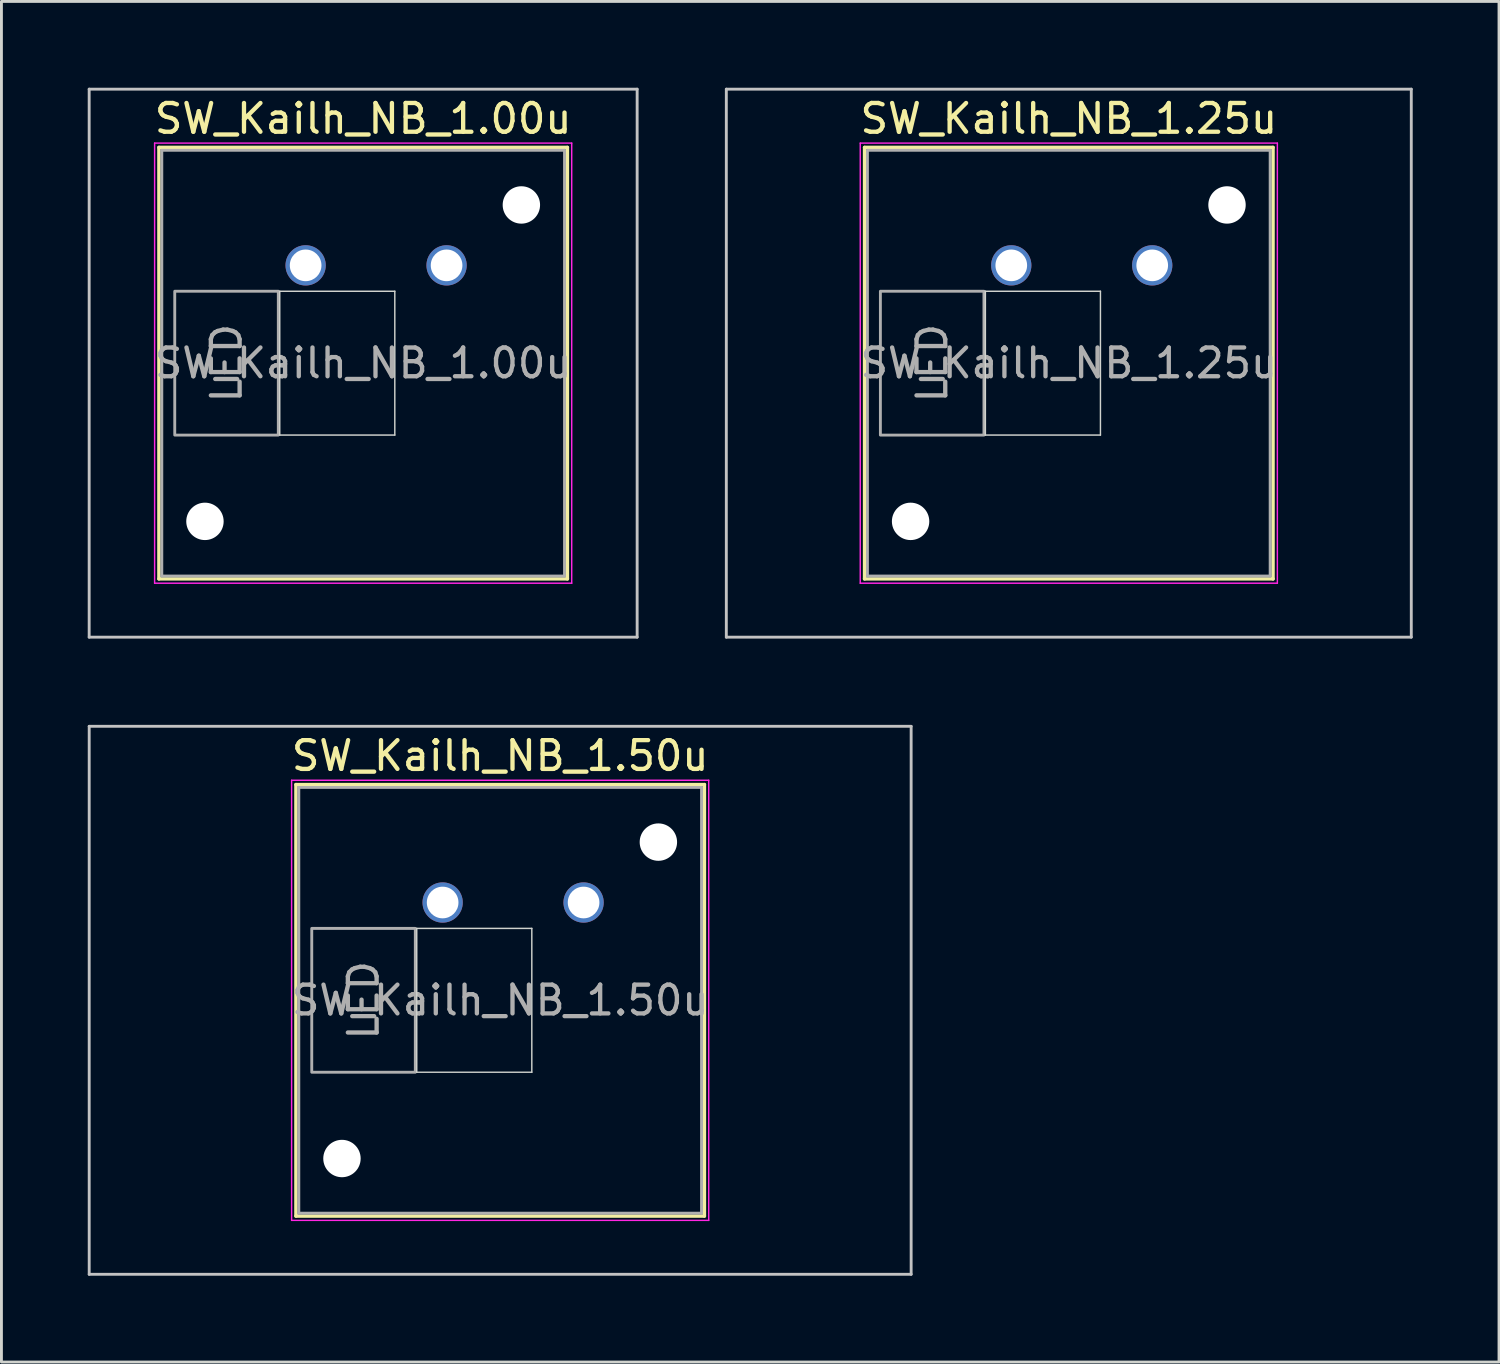
<source format=kicad_pcb>
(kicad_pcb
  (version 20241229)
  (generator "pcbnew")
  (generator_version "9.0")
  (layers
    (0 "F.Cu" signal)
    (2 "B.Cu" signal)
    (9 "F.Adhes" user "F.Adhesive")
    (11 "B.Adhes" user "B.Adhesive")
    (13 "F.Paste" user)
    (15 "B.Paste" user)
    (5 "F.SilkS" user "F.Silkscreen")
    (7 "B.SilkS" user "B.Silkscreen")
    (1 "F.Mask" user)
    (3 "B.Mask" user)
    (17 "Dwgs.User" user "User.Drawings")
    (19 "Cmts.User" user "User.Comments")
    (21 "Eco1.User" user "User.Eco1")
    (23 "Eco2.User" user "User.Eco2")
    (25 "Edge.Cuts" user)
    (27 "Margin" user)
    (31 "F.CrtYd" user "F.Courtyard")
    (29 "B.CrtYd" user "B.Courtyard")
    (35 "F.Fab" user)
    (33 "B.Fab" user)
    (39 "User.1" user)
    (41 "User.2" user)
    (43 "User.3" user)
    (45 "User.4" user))
  (footprint "SW_Kailh_NB_1.50u"
    (layer "F.Cu")
    (at 14.338 31.725)
    (property "Reference" "SW_Kailh_NB_1.50u" (at 0 -8.5 0) (layer "F.SilkS") (effects (font (size 1 1) (thickness 0.15))))
    (attr through_hole)
    (fp_line (start -7.1 -7.5) (end -7.1 7.5) (stroke (width 0.12) (type solid)) (layer "F.SilkS"))
    (fp_line (start -7.1 7.5) (end 7.1 7.5) (stroke (width 0.12) (type solid)) (layer "F.SilkS"))
    (fp_line (start 7.1 -7.5) (end -7.1 -7.5) (stroke (width 0.12) (type solid)) (layer "F.SilkS"))
    (fp_line (start 7.1 7.5) (end 7.1 -7.5) (stroke (width 0.12) (type solid)) (layer "F.SilkS"))
    (fp_line (start -14.287 -9.525) (end -14.287 9.525) (stroke (width 0.1) (type solid)) (layer "Dwgs.User"))
    (fp_line (start -14.287 9.525) (end 14.287 9.525) (stroke (width 0.1) (type solid)) (layer "Dwgs.User"))
    (fp_line (start 14.287 -9.525) (end -14.287 -9.525) (stroke (width 0.1) (type solid)) (layer "Dwgs.User"))
    (fp_line (start 14.287 9.525) (end 14.287 -9.525) (stroke (width 0.1) (type solid)) (layer "Dwgs.User"))
    (fp_line (start -8 -8) (end -8 8) (stroke (width 0.1) (type solid)) (layer "Eco1.User"))
    (fp_line (start -8 8) (end 8 8) (stroke (width 0.1) (type solid)) (layer "Eco1.User"))
    (fp_line (start 8 -8) (end -8 -8) (stroke (width 0.1) (type solid)) (layer "Eco1.User"))
    (fp_line (start 8 8) (end 8 -8) (stroke (width 0.1) (type solid)) (layer "Eco1.User"))
    (fp_line (start -2.9 -2.5) (end 1.1 -2.5) (stroke (width 0.05) (type solid)) (layer "Edge.Cuts"))
    (fp_line (start -2.9 2.5) (end -2.9 -2.5) (stroke (width 0.05) (type solid)) (layer "Edge.Cuts"))
    (fp_line (start 1.1 -2.5) (end 1.1 2.5) (stroke (width 0.05) (type solid)) (layer "Edge.Cuts"))
    (fp_line (start 1.1 2.5) (end -2.9 2.5) (stroke (width 0.05) (type solid)) (layer "Edge.Cuts"))
    (fp_line (start -7.25 -7.65) (end -7.25 7.65) (stroke (width 0.05) (type solid)) (layer "F.CrtYd"))
    (fp_line (start -7.25 7.65) (end 7.25 7.65) (stroke (width 0.05) (type solid)) (layer "F.CrtYd"))
    (fp_line (start 7.25 -7.65) (end -7.25 -7.65) (stroke (width 0.05) (type solid)) (layer "F.CrtYd"))
    (fp_line (start 7.25 7.65) (end 7.25 -7.65) (stroke (width 0.05) (type solid)) (layer "F.CrtYd"))
    (fp_line (start -7 -7.4) (end -7 7.4) (stroke (width 0.1) (type solid)) (layer "F.Fab"))
    (fp_line (start -7 7.4) (end 7 7.4) (stroke (width 0.1) (type solid)) (layer "F.Fab"))
    (fp_line (start 7 -7.4) (end -7 -7.4) (stroke (width 0.1) (type solid)) (layer "F.Fab"))
    (fp_line (start 7 7.4) (end 7 -7.4) (stroke (width 0.1) (type solid)) (layer "F.Fab"))
    (fp_rect (start -2.95 -2.5) (end -6.55 2.5) (stroke (width 0.1) (type default)) (fill no) (layer "F.Fab"))
    (fp_text user "LED" (at -4.75 0 90) (unlocked yes) (layer "F.Fab") (effects (font (size 1 1) (thickness 0.15))))
    (fp_text user "${REFERENCE}" (at 0 0 0) (layer "F.Fab") (effects (font (size 1 1) (thickness 0.15))))
    (pad "" np_thru_hole circle (at -5.5 5.5) (size 1.3 1.3) (drill 1.3) (layers "*.Cu" "*.Mask"))
    (pad "" np_thru_hole circle (at 5.5 -5.5) (size 1.3 1.3) (drill 1.3) (layers "*.Cu" "*.Mask"))
    (pad "1" thru_hole circle (at -2 -3.4) (size 1.4 1.4) (drill 1.1) (layers "*.Cu" "*.Mask"))
    (pad "2" thru_hole circle (at 2.9 -3.4) (size 1.4 1.4) (drill 1.1) (layers "*.Cu" "*.Mask")))
  (footprint "SW_Kailh_NB_1.25u"
    (layer "F.Cu")
    (at 34.106 9.575)
    (property "Reference" "SW_Kailh_NB_1.25u" (at 0 -8.5 0) (layer "F.SilkS") (effects (font (size 1 1) (thickness 0.15))))
    (attr through_hole)
    (fp_line (start -7.1 -7.5) (end -7.1 7.5) (stroke (width 0.12) (type solid)) (layer "F.SilkS"))
    (fp_line (start -7.1 7.5) (end 7.1 7.5) (stroke (width 0.12) (type solid)) (layer "F.SilkS"))
    (fp_line (start 7.1 -7.5) (end -7.1 -7.5) (stroke (width 0.12) (type solid)) (layer "F.SilkS"))
    (fp_line (start 7.1 7.5) (end 7.1 -7.5) (stroke (width 0.12) (type solid)) (layer "F.SilkS"))
    (fp_line (start -11.906 -9.525) (end -11.906 9.525) (stroke (width 0.1) (type solid)) (layer "Dwgs.User"))
    (fp_line (start -11.906 9.525) (end 11.906 9.525) (stroke (width 0.1) (type solid)) (layer "Dwgs.User"))
    (fp_line (start 11.906 -9.525) (end -11.906 -9.525) (stroke (width 0.1) (type solid)) (layer "Dwgs.User"))
    (fp_line (start 11.906 9.525) (end 11.906 -9.525) (stroke (width 0.1) (type solid)) (layer "Dwgs.User"))
    (fp_line (start -8 -8) (end -8 8) (stroke (width 0.1) (type solid)) (layer "Eco1.User"))
    (fp_line (start -8 8) (end 8 8) (stroke (width 0.1) (type solid)) (layer "Eco1.User"))
    (fp_line (start 8 -8) (end -8 -8) (stroke (width 0.1) (type solid)) (layer "Eco1.User"))
    (fp_line (start 8 8) (end 8 -8) (stroke (width 0.1) (type solid)) (layer "Eco1.User"))
    (fp_line (start -2.9 -2.5) (end 1.1 -2.5) (stroke (width 0.05) (type solid)) (layer "Edge.Cuts"))
    (fp_line (start -2.9 2.5) (end -2.9 -2.5) (stroke (width 0.05) (type solid)) (layer "Edge.Cuts"))
    (fp_line (start 1.1 -2.5) (end 1.1 2.5) (stroke (width 0.05) (type solid)) (layer "Edge.Cuts"))
    (fp_line (start 1.1 2.5) (end -2.9 2.5) (stroke (width 0.05) (type solid)) (layer "Edge.Cuts"))
    (fp_line (start -7.25 -7.65) (end -7.25 7.65) (stroke (width 0.05) (type solid)) (layer "F.CrtYd"))
    (fp_line (start -7.25 7.65) (end 7.25 7.65) (stroke (width 0.05) (type solid)) (layer "F.CrtYd"))
    (fp_line (start 7.25 -7.65) (end -7.25 -7.65) (stroke (width 0.05) (type solid)) (layer "F.CrtYd"))
    (fp_line (start 7.25 7.65) (end 7.25 -7.65) (stroke (width 0.05) (type solid)) (layer "F.CrtYd"))
    (fp_line (start -7 -7.4) (end -7 7.4) (stroke (width 0.1) (type solid)) (layer "F.Fab"))
    (fp_line (start -7 7.4) (end 7 7.4) (stroke (width 0.1) (type solid)) (layer "F.Fab"))
    (fp_line (start 7 -7.4) (end -7 -7.4) (stroke (width 0.1) (type solid)) (layer "F.Fab"))
    (fp_line (start 7 7.4) (end 7 -7.4) (stroke (width 0.1) (type solid)) (layer "F.Fab"))
    (fp_rect (start -2.95 -2.5) (end -6.55 2.5) (stroke (width 0.1) (type default)) (fill no) (layer "F.Fab"))
    (fp_text user "${REFERENCE}" (at 0 0 0) (layer "F.Fab") (effects (font (size 1 1) (thickness 0.15))))
    (fp_text user "LED" (at -4.75 0 90) (unlocked yes) (layer "F.Fab") (effects (font (size 1 1) (thickness 0.15))))
    (pad "" np_thru_hole circle (at -5.5 5.5) (size 1.3 1.3) (drill 1.3) (layers "*.Cu" "*.Mask"))
    (pad "" np_thru_hole circle (at 5.5 -5.5) (size 1.3 1.3) (drill 1.3) (layers "*.Cu" "*.Mask"))
    (pad "1" thru_hole circle (at -2 -3.4) (size 1.4 1.4) (drill 1.1) (layers "*.Cu" "*.Mask"))
    (pad "2" thru_hole circle (at 2.9 -3.4) (size 1.4 1.4) (drill 1.1) (layers "*.Cu" "*.Mask")))
  (footprint "SW_Kailh_NB_1.00u"
    (layer "F.Cu")
    (at 9.575 9.575)
    (property "Reference" "SW_Kailh_NB_1.00u" (at 0 -8.5 0) (layer "F.SilkS") (effects (font (size 1 1) (thickness 0.15))))
    (attr through_hole)
    (fp_line (start -7.1 -7.5) (end -7.1 7.5) (stroke (width 0.12) (type solid)) (layer "F.SilkS"))
    (fp_line (start -7.1 7.5) (end 7.1 7.5) (stroke (width 0.12) (type solid)) (layer "F.SilkS"))
    (fp_line (start 7.1 -7.5) (end -7.1 -7.5) (stroke (width 0.12) (type solid)) (layer "F.SilkS"))
    (fp_line (start 7.1 7.5) (end 7.1 -7.5) (stroke (width 0.12) (type solid)) (layer "F.SilkS"))
    (fp_line (start -9.525 -9.525) (end -9.525 9.525) (stroke (width 0.1) (type solid)) (layer "Dwgs.User"))
    (fp_line (start -9.525 9.525) (end 9.525 9.525) (stroke (width 0.1) (type solid)) (layer "Dwgs.User"))
    (fp_line (start 9.525 -9.525) (end -9.525 -9.525) (stroke (width 0.1) (type solid)) (layer "Dwgs.User"))
    (fp_line (start 9.525 9.525) (end 9.525 -9.525) (stroke (width 0.1) (type solid)) (layer "Dwgs.User"))
    (fp_line (start -8 -8) (end -8 8) (stroke (width 0.1) (type solid)) (layer "Eco1.User"))
    (fp_line (start -8 8) (end 8 8) (stroke (width 0.1) (type solid)) (layer "Eco1.User"))
    (fp_line (start 8 -8) (end -8 -8) (stroke (width 0.1) (type solid)) (layer "Eco1.User"))
    (fp_line (start 8 8) (end 8 -8) (stroke (width 0.1) (type solid)) (layer "Eco1.User"))
    (fp_line (start -2.9 -2.5) (end 1.1 -2.5) (stroke (width 0.05) (type solid)) (layer "Edge.Cuts"))
    (fp_line (start -2.9 2.5) (end -2.9 -2.5) (stroke (width 0.05) (type solid)) (layer "Edge.Cuts"))
    (fp_line (start 1.1 -2.5) (end 1.1 2.5) (stroke (width 0.05) (type solid)) (layer "Edge.Cuts"))
    (fp_line (start 1.1 2.5) (end -2.9 2.5) (stroke (width 0.05) (type solid)) (layer "Edge.Cuts"))
    (fp_line (start -7.25 -7.65) (end -7.25 7.65) (stroke (width 0.05) (type solid)) (layer "F.CrtYd"))
    (fp_line (start -7.25 7.65) (end 7.25 7.65) (stroke (width 0.05) (type solid)) (layer "F.CrtYd"))
    (fp_line (start 7.25 -7.65) (end -7.25 -7.65) (stroke (width 0.05) (type solid)) (layer "F.CrtYd"))
    (fp_line (start 7.25 7.65) (end 7.25 -7.65) (stroke (width 0.05) (type solid)) (layer "F.CrtYd"))
    (fp_line (start -7 -7.4) (end -7 7.4) (stroke (width 0.1) (type solid)) (layer "F.Fab"))
    (fp_line (start -7 7.4) (end 7 7.4) (stroke (width 0.1) (type solid)) (layer "F.Fab"))
    (fp_line (start 7 -7.4) (end -7 -7.4) (stroke (width 0.1) (type solid)) (layer "F.Fab"))
    (fp_line (start 7 7.4) (end 7 -7.4) (stroke (width 0.1) (type solid)) (layer "F.Fab"))
    (fp_rect (start -2.95 -2.5) (end -6.55 2.5) (stroke (width 0.1) (type default)) (fill no) (layer "F.Fab"))
    (fp_text user "${REFERENCE}" (at 0 0 0) (layer "F.Fab") (effects (font (size 1 1) (thickness 0.15))))
    (fp_text user "LED" (at -4.75 0 90) (unlocked yes) (layer "F.Fab") (effects (font (size 1 1) (thickness 0.15))))
    (pad "" np_thru_hole circle (at -5.5 5.5) (size 1.3 1.3) (drill 1.3) (layers "*.Cu" "*.Mask"))
    (pad "" np_thru_hole circle (at 5.5 -5.5) (size 1.3 1.3) (drill 1.3) (layers "*.Cu" "*.Mask"))
    (pad "1" thru_hole circle (at -2 -3.4) (size 1.4 1.4) (drill 1.1) (layers "*.Cu" "*.Mask"))
    (pad "2" thru_hole circle (at 2.9 -3.4) (size 1.4 1.4) (drill 1.1) (layers "*.Cu" "*.Mask")))
  (gr_rect
    (start -3 -3)
    (end 49.062 44.3)
    (stroke (width 0.1) (type default))
    (fill no)
    (layer "Edge.Cuts")))
</source>
